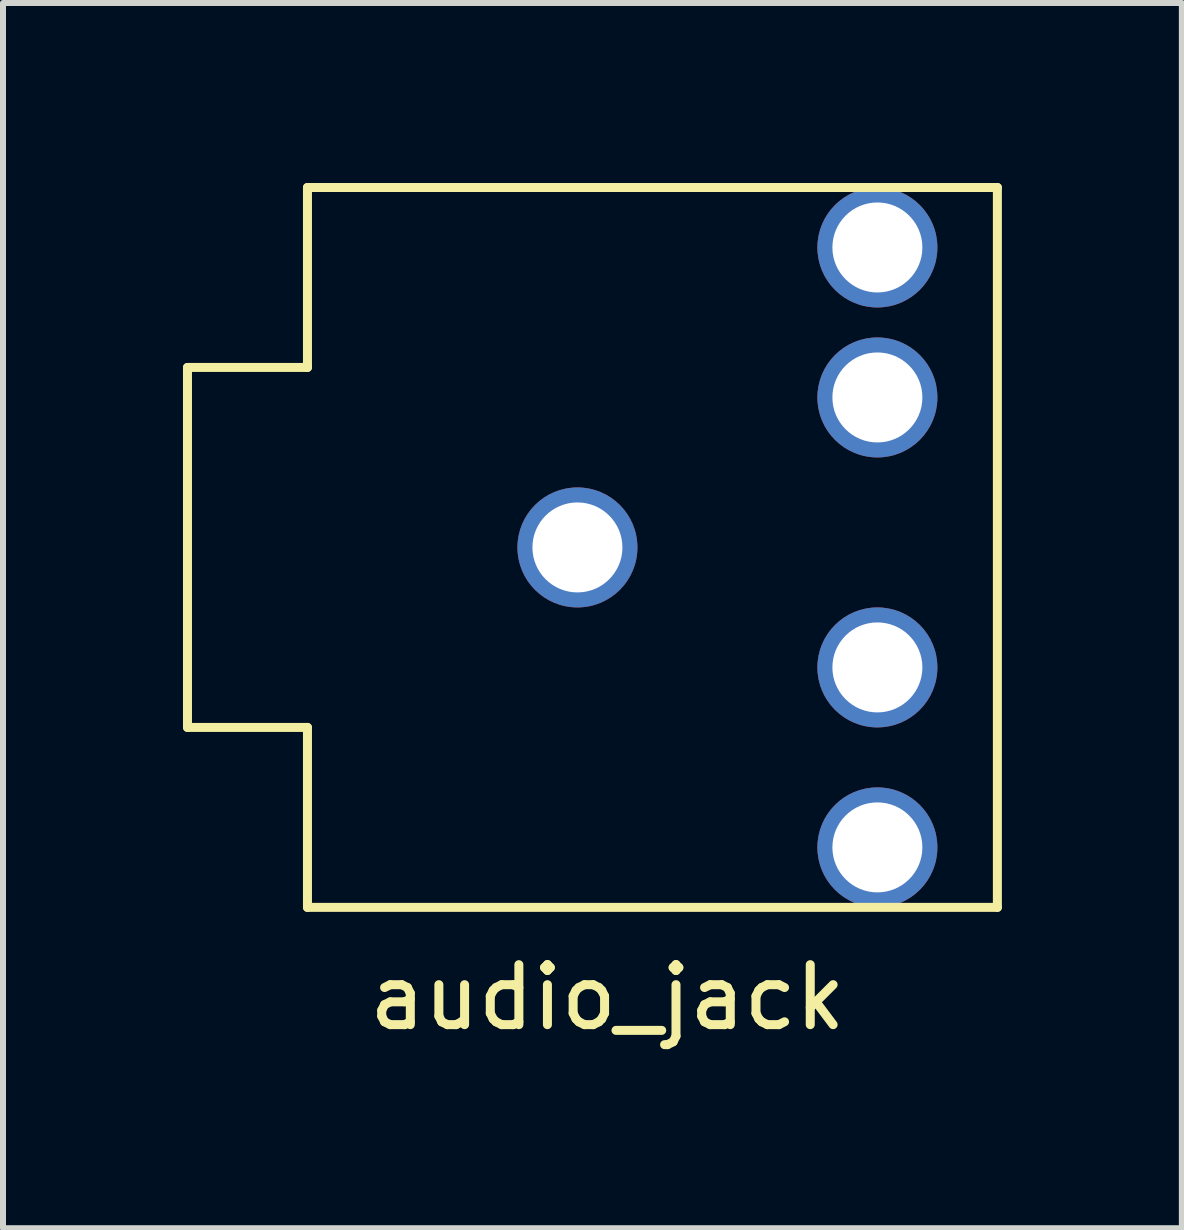
<source format=kicad_pcb>
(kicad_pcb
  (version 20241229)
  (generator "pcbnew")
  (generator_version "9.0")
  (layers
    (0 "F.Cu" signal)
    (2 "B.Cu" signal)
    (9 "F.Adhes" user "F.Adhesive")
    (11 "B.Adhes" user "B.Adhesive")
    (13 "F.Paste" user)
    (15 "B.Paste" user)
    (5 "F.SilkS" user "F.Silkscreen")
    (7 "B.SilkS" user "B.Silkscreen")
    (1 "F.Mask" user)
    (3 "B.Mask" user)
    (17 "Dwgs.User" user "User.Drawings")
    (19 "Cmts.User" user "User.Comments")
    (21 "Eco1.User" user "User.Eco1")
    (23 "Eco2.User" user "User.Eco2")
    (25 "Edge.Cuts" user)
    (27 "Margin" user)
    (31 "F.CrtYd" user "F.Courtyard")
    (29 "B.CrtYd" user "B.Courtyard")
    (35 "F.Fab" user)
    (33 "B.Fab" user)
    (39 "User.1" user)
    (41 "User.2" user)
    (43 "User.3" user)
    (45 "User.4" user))
  (footprint "audio_jack"
    (layer "F.Cu")
    (at 6.575 6.075)
    (property "Reference" "audio_jack" (at 0.5 7.5 0) (layer "F.SilkS") (effects (font (size 1 1) (thickness 0.15))))
    (attr through_hole)
    (fp_line (start -6.5 -3) (end -4.5 -3) (stroke (width 0.15) (type solid)) (layer "F.SilkS"))
    (fp_line (start -6.5 3) (end -6.5 -3) (stroke (width 0.15) (type solid)) (layer "F.SilkS"))
    (fp_line (start -4.5 -6) (end 7 -6) (stroke (width 0.15) (type solid)) (layer "F.SilkS"))
    (fp_line (start -4.5 -3) (end -4.5 -6) (stroke (width 0.15) (type solid)) (layer "F.SilkS"))
    (fp_line (start -4.5 3) (end -6.5 3) (stroke (width 0.15) (type solid)) (layer "F.SilkS"))
    (fp_line (start -4.5 6) (end -4.5 3) (stroke (width 0.15) (type solid)) (layer "F.SilkS"))
    (fp_line (start 7 -6) (end 7 6) (stroke (width 0.15) (type solid)) (layer "F.SilkS"))
    (fp_line (start 7 6) (end -4.5 6) (stroke (width 0.15) (type solid)) (layer "F.SilkS"))
    (pad "R" thru_hole circle (at 5 -5) (size 2 2) (drill 1.5) (layers "*.Cu" "*.Mask"))
    (pad "RN" thru_hole circle (at 5 -2.5) (size 2 2) (drill 1.5) (layers "*.Cu" "*.Mask"))
    (pad "S" thru_hole circle (at 0 0) (size 2 2) (drill 1.5) (layers "*.Cu" "*.Mask"))
    (pad "T" thru_hole circle (at 5 5) (size 2 2) (drill 1.5) (layers "*.Cu" "*.Mask"))
    (pad "TN" thru_hole circle (at 5 2) (size 2 2) (drill 1.5) (layers "*.Cu" "*.Mask")))
  (gr_rect
    (start -3 -3)
    (end 16.65 17.423)
    (stroke (width 0.1) (type default))
    (fill no)
    (layer "Edge.Cuts")))
</source>
